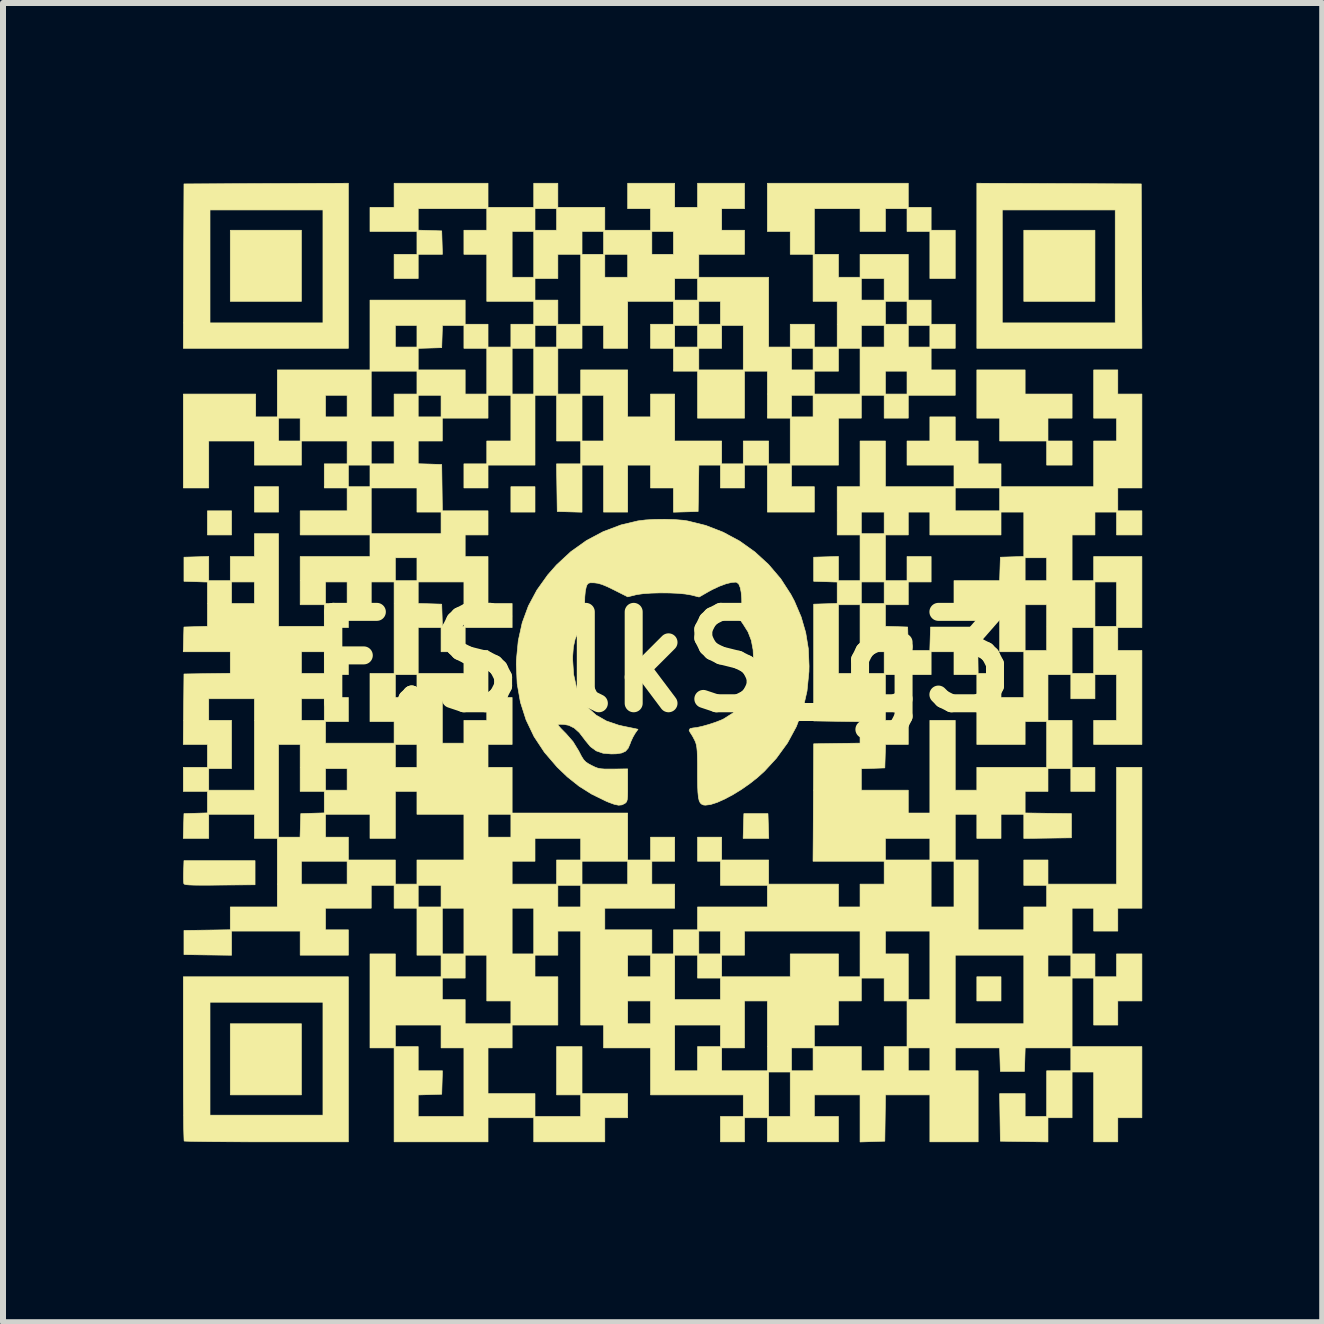
<source format=kicad_pcb>
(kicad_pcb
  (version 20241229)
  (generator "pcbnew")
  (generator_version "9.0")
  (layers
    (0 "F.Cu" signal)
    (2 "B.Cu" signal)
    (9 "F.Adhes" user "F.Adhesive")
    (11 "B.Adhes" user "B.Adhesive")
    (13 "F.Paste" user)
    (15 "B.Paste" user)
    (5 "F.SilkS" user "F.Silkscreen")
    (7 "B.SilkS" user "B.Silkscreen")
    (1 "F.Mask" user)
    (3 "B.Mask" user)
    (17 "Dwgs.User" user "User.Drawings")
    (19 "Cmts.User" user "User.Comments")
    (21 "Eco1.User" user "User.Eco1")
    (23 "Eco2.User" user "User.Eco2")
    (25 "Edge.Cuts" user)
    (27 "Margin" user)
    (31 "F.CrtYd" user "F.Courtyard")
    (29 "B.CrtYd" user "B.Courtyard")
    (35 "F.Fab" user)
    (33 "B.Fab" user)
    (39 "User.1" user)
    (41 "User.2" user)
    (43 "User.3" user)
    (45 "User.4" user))
  (footprint "F.SilkS_g3"
    (layer "F.Cu")
    (at 7.986 7.985)
    (property "Reference" "F.SilkS_g3" (at 0 0 0) (layer "F.SilkS") (effects (font (size 1.524 1.524) (thickness 0.3))))
    (attr through_hole)
    (fp_poly (pts (xy -7.176 -2.117) (xy -7.578 -2.117) (xy -7.578 -2.519) (xy -7.176 -2.519) (xy -7.176 -2.117)) (stroke (width 0.01) (type solid)) (fill yes) (layer "F.SilkS"))
    (fp_poly (pts (xy -6.392 -2.498) (xy -6.795 -2.498) (xy -6.795 -2.921) (xy -6.392 -2.921) (xy -6.392 -2.498)) (stroke (width 0.01) (type solid)) (fill yes) (layer "F.SilkS"))
    (fp_poly (pts (xy -6.011 -6.011) (xy -7.197 -6.011) (xy -7.197 -7.197) (xy -6.011 -7.197) (xy -6.011 -6.011)) (stroke (width 0.01) (type solid)) (fill yes) (layer "F.SilkS"))
    (fp_poly (pts (xy -6.011 7.218) (xy -7.197 7.218) (xy -7.197 6.032) (xy -6.011 6.032) (xy -6.011 7.218)) (stroke (width 0.01) (type solid)) (fill yes) (layer "F.SilkS"))
    (fp_poly (pts (xy -2.117 -2.498) (xy -2.519 -2.498) (xy -2.519 -2.921) (xy -2.117 -2.921) (xy -2.117 -2.498)) (stroke (width 0.01) (type solid)) (fill yes) (layer "F.SilkS"))
    (fp_poly (pts (xy 1.78 2.942) (xy 1.353 2.942) (xy 1.365 2.529) (xy 1.767 2.529) (xy 1.78 2.942)) (stroke (width 0.01) (type solid)) (fill yes) (layer "F.SilkS"))
    (fp_poly (pts (xy 5.652 5.652) (xy 5.249 5.652) (xy 5.249 5.249) (xy 5.652 5.249) (xy 5.652 5.652)) (stroke (width 0.01) (type solid)) (fill yes) (layer "F.SilkS"))
    (fp_poly (pts (xy 7.218 -6.011) (xy 6.032 -6.011) (xy 6.032 -7.197) (xy 7.218 -7.197) (xy 7.218 -6.011)) (stroke (width 0.01) (type solid)) (fill yes) (layer "F.SilkS"))
    (fp_poly (pts (xy 7.99 -7.969) (xy 7.996 -6.599) (xy 8.001 -5.228) (xy 5.249 -5.228) (xy 5.249 -7.535) (xy 5.673 -7.535) (xy 5.673 -5.652) (xy 7.556 -5.652) (xy 7.556 -7.535) (xy 5.673 -7.535) (xy 5.249 -7.535) (xy 5.249 -7.98) (xy 7.99 -7.969)) (stroke (width 0.01) (type solid)) (fill yes) (layer "F.SilkS"))
    (fp_poly (pts (xy -5.228 -5.228) (xy -7.98 -5.228) (xy -7.975 -6.599) (xy -7.971 -7.535) (xy -7.535 -7.535) (xy -7.535 -5.652) (xy -5.652 -5.652) (xy -5.652 -7.535) (xy -7.535 -7.535) (xy -7.971 -7.535) (xy -7.969 -7.969) (xy -6.599 -7.975) (xy -5.228 -7.98) (xy -5.228 -5.228)) (stroke (width 0.01) (type solid)) (fill yes) (layer "F.SilkS"))
    (fp_poly (pts (xy 6.054 -4.466) (xy 6.837 -4.466) (xy 6.837 -4.064) (xy 6.435 -4.064) (xy 6.435 -3.683) (xy 6.837 -3.683) (xy 6.837 -3.281) (xy 6.413 -3.281) (xy 6.413 -3.683) (xy 5.63 -3.683) (xy 5.63 -4.064) (xy 5.249 -4.064) (xy 5.249 -4.868) (xy 6.054 -4.868) (xy 6.054 -4.466)) (stroke (width 0.01) (type solid)) (fill yes) (layer "F.SilkS"))
    (fp_poly (pts (xy -6.784 3.715) (xy -7.372 3.72) (xy -7.55 3.722) (xy -7.691 3.722) (xy -7.798 3.721) (xy -7.875 3.718) (xy -7.926 3.714) (xy -7.956 3.708) (xy -7.97 3.699) (xy -7.971 3.697) (xy -7.975 3.664) (xy -7.977 3.6) (xy -7.976 3.518) (xy -7.975 3.491) (xy -7.969 3.313) (xy -6.784 3.313) (xy -6.784 3.715)) (stroke (width 0.01) (type solid)) (fill yes) (layer "F.SilkS"))
    (fp_poly (pts (xy -5.228 8.001) (xy -6.59 8.001) (xy -6.826 8.001) (xy -7.05 8) (xy -7.257 7.999) (xy -7.445 7.998) (xy -7.61 7.996) (xy -7.747 7.994) (xy -7.854 7.992) (xy -7.928 7.99) (xy -7.963 7.988) (xy -7.966 7.987) (xy -7.968 7.964) (xy -7.97 7.902) (xy -7.973 7.805) (xy -7.975 7.676) (xy -7.976 7.52) (xy -7.978 7.339) (xy -7.979 7.137) (xy -7.979 6.918) (xy -7.98 6.685) (xy -7.98 6.611) (xy -7.98 5.673) (xy -7.535 5.673) (xy -7.535 7.556) (xy -5.652 7.556) (xy -5.652 5.673) (xy -7.535 5.673) (xy -7.98 5.673) (xy -7.98 5.249) (xy -5.228 5.249) (xy -5.228 8.001)) (stroke (width 0.01) (type solid)) (fill yes) (layer "F.SilkS"))
    (fp_poly (pts (xy 0.212 -2.373) (xy 0.357 -2.361) (xy 0.423 -2.351) (xy 0.728 -2.276) (xy 1.019 -2.163) (xy 1.294 -2.015) (xy 1.548 -1.834) (xy 1.777 -1.624) (xy 1.979 -1.387) (xy 2.148 -1.126) (xy 2.208 -1.013) (xy 2.32 -0.75) (xy 2.396 -0.489) (xy 2.44 -0.219) (xy 2.452 0.069) (xy 2.45 0.163) (xy 2.418 0.485) (xy 2.349 0.79) (xy 2.24 1.078) (xy 2.093 1.35) (xy 1.906 1.607) (xy 1.71 1.82) (xy 1.592 1.927) (xy 1.46 2.031) (xy 1.321 2.128) (xy 1.181 2.214) (xy 1.045 2.286) (xy 0.92 2.342) (xy 0.811 2.377) (xy 0.725 2.388) (xy 0.693 2.385) (xy 0.662 2.372) (xy 0.638 2.35) (xy 0.62 2.313) (xy 0.607 2.256) (xy 0.599 2.173) (xy 0.594 2.061) (xy 0.592 1.913) (xy 0.592 1.835) (xy 0.592 1.687) (xy 0.59 1.574) (xy 0.587 1.49) (xy 0.581 1.429) (xy 0.573 1.382) (xy 0.562 1.344) (xy 0.549 1.313) (xy 0.516 1.249) (xy 0.484 1.196) (xy 0.473 1.182) (xy 0.452 1.14) (xy 0.469 1.111) (xy 0.516 1.101) (xy 0.584 1.093) (xy 0.677 1.072) (xy 0.784 1.042) (xy 0.893 1.006) (xy 0.99 0.968) (xy 1.028 0.95) (xy 1.184 0.851) (xy 1.312 0.72) (xy 1.41 0.56) (xy 1.479 0.372) (xy 1.518 0.156) (xy 1.527 -0.016) (xy 1.519 -0.202) (xy 1.489 -0.36) (xy 1.435 -0.5) (xy 1.352 -0.632) (xy 1.339 -0.65) (xy 1.306 -0.7) (xy 1.298 -0.74) (xy 1.31 -0.786) (xy 1.324 -0.857) (xy 1.331 -0.953) (xy 1.329 -1.06) (xy 1.32 -1.161) (xy 1.305 -1.238) (xy 1.279 -1.3) (xy 1.244 -1.327) (xy 1.232 -1.33) (xy 1.164 -1.326) (xy 1.069 -1.303) (xy 0.96 -1.263) (xy 0.844 -1.209) (xy 0.781 -1.175) (xy 0.619 -1.082) (xy 0.484 -1.116) (xy 0.389 -1.132) (xy 0.264 -1.144) (xy 0.12 -1.15) (xy -0.032 -1.151) (xy -0.18 -1.147) (xy -0.311 -1.138) (xy -0.416 -1.123) (xy -0.439 -1.118) (xy -0.571 -1.085) (xy -0.799 -1.2) (xy -0.912 -1.255) (xy -0.999 -1.291) (xy -1.068 -1.311) (xy -1.129 -1.319) (xy -1.132 -1.319) (xy -1.195 -1.32) (xy -1.23 -1.31) (xy -1.25 -1.284) (xy -1.263 -1.249) (xy -1.278 -1.179) (xy -1.287 -1.082) (xy -1.289 -0.976) (xy -1.285 -0.875) (xy -1.274 -0.796) (xy -1.271 -0.787) (xy -1.262 -0.743) (xy -1.269 -0.705) (xy -1.295 -0.657) (xy -1.325 -0.613) (xy -1.398 -0.497) (xy -1.448 -0.38) (xy -1.477 -0.249) (xy -1.489 -0.095) (xy -1.489 -0.032) (xy -1.473 0.209) (xy -1.426 0.422) (xy -1.348 0.606) (xy -1.238 0.761) (xy -1.098 0.887) (xy -0.926 0.985) (xy -0.723 1.054) (xy -0.654 1.07) (xy -0.571 1.087) (xy -0.498 1.102) (xy -0.451 1.112) (xy -0.449 1.112) (xy -0.4 1.123) (xy -0.448 1.191) (xy -0.484 1.253) (xy -0.52 1.331) (xy -0.532 1.365) (xy -0.564 1.439) (xy -0.608 1.489) (xy -0.672 1.518) (xy -0.763 1.532) (xy -0.847 1.534) (xy -0.983 1.522) (xy -1.096 1.483) (xy -1.193 1.412) (xy -1.283 1.303) (xy -1.291 1.291) (xy -1.378 1.178) (xy -1.463 1.102) (xy -1.553 1.057) (xy -1.631 1.042) (xy -1.691 1.039) (xy -1.729 1.042) (xy -1.736 1.047) (xy -1.721 1.068) (xy -1.684 1.11) (xy -1.629 1.166) (xy -1.602 1.193) (xy -1.483 1.329) (xy -1.388 1.484) (xy -1.384 1.492) (xy -1.341 1.575) (xy -1.306 1.63) (xy -1.27 1.668) (xy -1.222 1.7) (xy -1.175 1.725) (xy -1.118 1.753) (xy -1.07 1.771) (xy -1.018 1.781) (xy -0.953 1.786) (xy -0.862 1.786) (xy -0.811 1.786) (xy -0.572 1.783) (xy -0.572 2.055) (xy -0.572 2.167) (xy -0.574 2.244) (xy -0.579 2.295) (xy -0.588 2.326) (xy -0.602 2.346) (xy -0.619 2.359) (xy -0.667 2.383) (xy -0.723 2.389) (xy -0.795 2.374) (xy -0.891 2.339) (xy -0.935 2.32) (xy -1.172 2.204) (xy -1.382 2.072) (xy -1.579 1.915) (xy -1.748 1.753) (xy -1.96 1.506) (xy -2.133 1.244) (xy -2.266 0.966) (xy -2.36 0.672) (xy -2.414 0.364) (xy -2.429 0.04) (xy -2.427 -0.032) (xy -2.396 -0.353) (xy -2.33 -0.653) (xy -2.227 -0.933) (xy -2.085 -1.198) (xy -1.905 -1.45) (xy -1.759 -1.616) (xy -1.521 -1.837) (xy -1.26 -2.023) (xy -0.98 -2.172) (xy -0.683 -2.284) (xy -0.402 -2.351) (xy -0.274 -2.367) (xy -0.118 -2.376) (xy 0.049 -2.378) (xy 0.212 -2.373)) (stroke (width 0.01) (type solid)) (fill yes) (layer "F.SilkS"))
    (fp_poly (pts (xy -2.9 -7.578) (xy -2.138 -7.578) (xy -2.138 -7.98) (xy -1.736 -7.98) (xy -1.736 -7.578) (xy -0.953 -7.578) (xy -0.953 -7.197) (xy -0.191 -7.197) (xy -0.191 -7.556) (xy -0.572 -7.556) (xy -0.572 -7.98) (xy 0.212 -7.98) (xy 0.212 -7.578) (xy 0.593 -7.578) (xy 0.593 -7.98) (xy 1.376 -7.98) (xy 1.376 -7.556) (xy 0.995 -7.556) (xy 0.995 -7.197) (xy 1.376 -7.197) (xy 1.376 -6.795) (xy 0.614 -6.795) (xy 0.614 -6.413) (xy 1.778 -6.413) (xy 1.778 -5.249) (xy 2.138 -5.249) (xy 2.138 -5.63) (xy 2.54 -5.63) (xy 2.54 -5.249) (xy 2.921 -5.249) (xy 2.921 -5.609) (xy 3.323 -5.609) (xy 3.323 -5.249) (xy 3.704 -5.249) (xy 3.704 -5.609) (xy 4.106 -5.609) (xy 4.106 -5.249) (xy 4.466 -5.249) (xy 4.466 -5.609) (xy 4.106 -5.609) (xy 3.704 -5.609) (xy 3.323 -5.609) (xy 2.921 -5.609) (xy 2.921 -6.011) (xy 3.725 -6.011) (xy 3.725 -5.63) (xy 4.085 -5.63) (xy 4.085 -6.011) (xy 3.725 -6.011) (xy 2.921 -6.011) (xy 2.519 -6.011) (xy 2.519 -6.392) (xy 3.323 -6.392) (xy 3.323 -6.032) (xy 3.704 -6.032) (xy 3.704 -6.392) (xy 3.323 -6.392) (xy 2.519 -6.392) (xy 2.519 -6.795) (xy 2.138 -6.795) (xy 2.138 -7.176) (xy 1.757 -7.176) (xy 1.757 -7.98) (xy 4.106 -7.98) (xy 4.106 -7.578) (xy 4.487 -7.578) (xy 4.487 -7.197) (xy 4.889 -7.197) (xy 4.889 -6.392) (xy 4.466 -6.392) (xy 4.466 -7.176) (xy 4.085 -7.176) (xy 4.085 -7.556) (xy 3.725 -7.556) (xy 3.725 -7.176) (xy 3.302 -7.176) (xy 3.302 -7.556) (xy 2.54 -7.556) (xy 2.54 -6.795) (xy 2.942 -6.795) (xy 2.942 -6.413) (xy 3.302 -6.413) (xy 3.302 -6.795) (xy 4.106 -6.795) (xy 4.106 -6.032) (xy 4.487 -6.032) (xy 4.487 -5.63) (xy 4.889 -5.63) (xy 4.889 -5.228) (xy 4.487 -5.228) (xy 4.487 -4.868) (xy 4.889 -4.868) (xy 4.889 -4.445) (xy 4.106 -4.445) (xy 4.106 -4.064) (xy 3.704 -4.064) (xy 3.704 -4.445) (xy 3.323 -4.445) (xy 3.323 -4.064) (xy 2.942 -4.064) (xy 2.942 -3.281) (xy 2.159 -3.281) (xy 2.159 -2.921) (xy 2.54 -2.921) (xy 2.54 -2.498) (xy 1.757 -2.498) (xy 1.757 -3.281) (xy 1.376 -3.281) (xy 1.376 -2.9) (xy 0.974 -2.9) (xy 0.974 -3.281) (xy 0.615 -3.281) (xy 0.609 -2.895) (xy 0.603 -2.508) (xy 0.191 -2.496) (xy 0.191 -2.9) (xy -0.191 -2.9) (xy -0.191 -3.281) (xy -0.572 -3.281) (xy -0.572 -2.498) (xy -0.974 -2.498) (xy -0.974 -3.281) (xy -1.333 -3.281) (xy -1.333 -2.496) (xy -1.746 -2.508) (xy -1.758 -3.302) (xy -1.355 -3.302) (xy -1.355 -3.683) (xy -1.757 -3.683) (xy -1.757 -4.445) (xy -1.333 -4.445) (xy -1.333 -3.683) (xy -0.974 -3.683) (xy -0.974 -4.445) (xy -1.333 -4.445) (xy -1.757 -4.445) (xy -2.117 -4.445) (xy -2.117 -3.281) (xy -2.9 -3.281) (xy -2.9 -2.9) (xy -3.302 -2.9) (xy -3.302 -3.302) (xy -2.921 -3.302) (xy -2.921 -3.683) (xy -2.519 -3.683) (xy -2.519 -4.445) (xy -2.9 -4.445) (xy -2.9 -4.064) (xy -3.662 -4.064) (xy -3.662 -3.683) (xy -4.064 -3.683) (xy -4.064 -3.304) (xy -3.868 -3.298) (xy -3.672 -3.291) (xy -3.661 -2.519) (xy -2.9 -2.519) (xy -2.9 -2.117) (xy -3.281 -2.117) (xy -3.281 -1.757) (xy -2.9 -1.757) (xy -2.9 -0.974) (xy -2.498 -0.974) (xy -2.498 -0.572) (xy -3.281 -0.572) (xy -3.281 -0.191) (xy -2.9 -0.191) (xy -2.9 0.593) (xy -2.498 0.593) (xy -2.498 1.376) (xy -2.9 1.376) (xy -2.9 1.757) (xy -2.498 1.757) (xy -2.498 2.519) (xy -0.572 2.519) (xy -0.572 3.302) (xy -0.191 3.302) (xy -0.191 2.921) (xy 0.212 2.921) (xy 0.212 3.323) (xy -0.169 3.323) (xy -0.169 3.704) (xy 0.212 3.704) (xy 0.212 4.106) (xy -0.953 4.106) (xy -0.953 4.466) (xy -0.169 4.466) (xy -0.169 4.868) (xy 0.191 4.868) (xy 0.191 4.487) (xy 0.614 4.487) (xy 0.614 4.868) (xy 0.974 4.868) (xy 0.974 4.487) (xy 0.614 4.487) (xy 0.191 4.487) (xy 0.191 4.466) (xy 0.593 4.466) (xy 0.593 4.085) (xy 1.757 4.085) (xy 1.757 3.725) (xy 0.974 3.725) (xy 0.974 3.323) (xy 0.593 3.323) (xy 0.593 2.921) (xy 0.995 2.921) (xy 0.995 3.302) (xy 1.778 3.302) (xy 1.778 3.704) (xy 2.942 3.704) (xy 2.942 4.085) (xy 3.302 4.085) (xy 3.302 3.704) (xy 3.704 3.704) (xy 3.704 3.323) (xy 4.487 3.323) (xy 4.487 4.085) (xy 4.868 4.085) (xy 4.868 3.323) (xy 4.487 3.323) (xy 3.704 3.323) (xy 2.518 3.323) (xy 2.521 2.942) (xy 3.725 2.942) (xy 3.725 3.302) (xy 4.466 3.302) (xy 4.466 2.942) (xy 3.725 2.942) (xy 2.521 2.942) (xy 2.524 2.344) (xy 2.527 1.78) (xy 3.323 1.78) (xy 3.323 2.138) (xy 4.106 2.138) (xy 4.106 2.519) (xy 4.466 2.519) (xy 4.466 0.974) (xy 4.889 0.974) (xy 4.889 2.138) (xy 5.249 2.138) (xy 5.249 1.757) (xy 6.413 1.757) (xy 6.413 0.995) (xy 6.054 0.995) (xy 6.054 1.376) (xy 5.249 1.376) (xy 5.249 0.212) (xy 4.868 0.212) (xy 4.868 -0.169) (xy 4.487 -0.169) (xy 4.487 0.212) (xy 3.725 0.212) (xy 3.725 0.974) (xy 4.106 0.974) (xy 4.106 1.376) (xy 3.727 1.376) (xy 3.715 1.767) (xy 3.519 1.774) (xy 3.323 1.78) (xy 2.527 1.78) (xy 2.529 1.365) (xy 2.916 1.359) (xy 3.302 1.354) (xy 3.302 0.996) (xy 2.916 0.99) (xy 2.529 0.984) (xy 2.529 -0.953) (xy 2.942 -0.953) (xy 2.942 0.191) (xy 3.704 0.191) (xy 3.704 -0.169) (xy 3.302 -0.169) (xy 3.302 -0.953) (xy 2.942 -0.953) (xy 2.529 -0.953) (xy 2.529 -0.963) (xy 2.725 -0.969) (xy 2.921 -0.975) (xy 2.921 -1.332) (xy 2.87 -1.333) (xy 3.323 -1.333) (xy 3.323 -0.974) (xy 3.704 -0.974) (xy 3.704 -1.333) (xy 3.323 -1.333) (xy 2.87 -1.333) (xy 2.725 -1.338) (xy 2.529 -1.344) (xy 2.529 -1.746) (xy 2.942 -1.758) (xy 2.942 -1.355) (xy 3.302 -1.355) (xy 3.302 -2.117) (xy 3.725 -2.117) (xy 3.725 -1.355) (xy 4.085 -1.355) (xy 4.085 -1.757) (xy 4.487 -1.757) (xy 4.487 -1.333) (xy 4.106 -1.333) (xy 4.106 -0.953) (xy 3.725 -0.953) (xy 3.725 -0.594) (xy 3.911 -0.588) (xy 4.096 -0.582) (xy 4.102 -0.386) (xy 4.108 -0.191) (xy 4.465 -0.191) (xy 4.471 -0.386) (xy 4.477 -0.582) (xy 5.26 -0.582) (xy 5.266 -0.196) (xy 5.271 0.191) (xy 5.652 0.191) (xy 5.652 0.593) (xy 6.032 0.593) (xy 6.032 -0.169) (xy 5.63 -0.169) (xy 5.63 -0.953) (xy 6.054 -0.953) (xy 6.054 -0.191) (xy 6.413 -0.191) (xy 6.413 -0.572) (xy 6.837 -0.572) (xy 6.837 0.191) (xy 7.197 0.191) (xy 7.197 -0.572) (xy 6.837 -0.572) (xy 6.413 -0.572) (xy 6.413 -0.953) (xy 6.054 -0.953) (xy 5.63 -0.953) (xy 4.868 -0.953) (xy 4.868 -1.333) (xy 7.218 -1.333) (xy 7.218 -0.593) (xy 7.578 -0.593) (xy 7.578 -1.333) (xy 7.218 -1.333) (xy 4.868 -1.333) (xy 4.868 -1.355) (xy 5.629 -1.355) (xy 5.635 -1.55) (xy 5.641 -1.736) (xy 6.054 -1.736) (xy 6.054 -1.355) (xy 6.413 -1.355) (xy 6.413 -1.736) (xy 6.054 -1.736) (xy 5.641 -1.736) (xy 5.641 -1.746) (xy 5.837 -1.752) (xy 6.032 -1.758) (xy 6.032 -2.498) (xy 5.652 -2.498) (xy 5.652 -2.117) (xy 4.466 -2.117) (xy 4.466 -2.498) (xy 4.106 -2.498) (xy 4.106 -2.117) (xy 3.725 -2.117) (xy 3.302 -2.117) (xy 2.921 -2.117) (xy 2.921 -2.498) (xy 3.323 -2.498) (xy 3.323 -2.138) (xy 3.704 -2.138) (xy 3.704 -2.498) (xy 3.323 -2.498) (xy 2.921 -2.498) (xy 2.921 -2.9) (xy 4.889 -2.9) (xy 4.889 -2.519) (xy 5.63 -2.519) (xy 5.63 -2.9) (xy 4.889 -2.9) (xy 2.921 -2.9) (xy 2.921 -2.921) (xy 3.302 -2.921) (xy 3.302 -3.683) (xy 3.725 -3.683) (xy 3.725 -2.921) (xy 4.868 -2.921) (xy 4.868 -3.281) (xy 4.085 -3.281) (xy 4.085 -3.683) (xy 4.466 -3.683) (xy 4.466 -4.085) (xy 4.889 -4.085) (xy 4.889 -3.683) (xy 5.271 -3.683) (xy 5.271 -3.302) (xy 5.652 -3.302) (xy 5.652 -2.921) (xy 7.197 -2.921) (xy 7.197 -3.683) (xy 7.578 -3.683) (xy 7.578 -4.064) (xy 7.197 -4.064) (xy 7.197 -4.868) (xy 7.599 -4.868) (xy 7.599 -4.466) (xy 8.001 -4.466) (xy 8.001 -2.9) (xy 7.599 -2.9) (xy 7.599 -2.519) (xy 8.001 -2.519) (xy 8.001 -2.117) (xy 7.578 -2.117) (xy 7.578 -2.498) (xy 7.218 -2.498) (xy 7.218 -2.117) (xy 6.837 -2.117) (xy 6.837 -1.355) (xy 7.197 -1.355) (xy 7.197 -1.757) (xy 8.001 -1.757) (xy 8.001 -0.572) (xy 7.599 -0.572) (xy 7.599 -0.191) (xy 8.001 -0.191) (xy 8.001 1.376) (xy 7.197 1.376) (xy 7.197 0.974) (xy 7.578 0.974) (xy 7.578 0.212) (xy 7.218 0.212) (xy 7.218 0.614) (xy 6.816 0.614) (xy 6.816 0.212) (xy 6.435 0.212) (xy 6.435 0.974) (xy 6.837 0.974) (xy 6.837 1.757) (xy 7.218 1.757) (xy 7.218 2.159) (xy 6.816 2.159) (xy 6.816 1.778) (xy 6.435 1.778) (xy 6.435 2.159) (xy 6.054 2.159) (xy 6.054 2.518) (xy 6.44 2.524) (xy 6.826 2.529) (xy 6.826 2.932) (xy 6.032 2.943) (xy 6.032 2.54) (xy 5.652 2.54) (xy 5.652 2.942) (xy 5.249 2.942) (xy 5.249 2.54) (xy 4.889 2.54) (xy 4.889 3.302) (xy 5.271 3.302) (xy 5.271 4.466) (xy 6.032 4.466) (xy 6.032 4.085) (xy 6.413 4.085) (xy 6.413 3.725) (xy 6.032 3.725) (xy 6.032 3.302) (xy 6.435 3.302) (xy 6.435 3.704) (xy 7.578 3.704) (xy 7.578 1.757) (xy 8.001 1.757) (xy 8.001 4.106) (xy 7.599 4.106) (xy 7.599 4.487) (xy 7.197 4.487) (xy 7.197 4.106) (xy 6.837 4.106) (xy 6.837 4.868) (xy 7.218 4.868) (xy 7.218 5.249) (xy 7.578 5.249) (xy 7.578 4.868) (xy 8.001 4.868) (xy 8.001 5.652) (xy 7.599 5.652) (xy 7.599 6.054) (xy 7.197 6.054) (xy 7.197 5.271) (xy 6.837 5.271) (xy 6.837 6.413) (xy 8.001 6.413) (xy 8.001 7.599) (xy 7.599 7.599) (xy 7.599 8.001) (xy 7.197 8.001) (xy 7.197 6.837) (xy 6.837 6.837) (xy 6.837 7.599) (xy 6.435 7.599) (xy 6.435 8.002) (xy 6.038 7.996) (xy 5.641 7.99) (xy 5.629 7.197) (xy 6.054 7.197) (xy 6.054 7.578) (xy 6.413 7.578) (xy 6.413 6.816) (xy 6.816 6.816) (xy 6.816 6.435) (xy 6.055 6.435) (xy 6.049 6.63) (xy 6.043 6.826) (xy 5.641 6.826) (xy 5.635 6.63) (xy 5.629 6.435) (xy 4.889 6.435) (xy 4.889 6.816) (xy 5.271 6.816) (xy 5.271 8.001) (xy 4.466 8.001) (xy 4.466 7.218) (xy 3.726 7.218) (xy 3.715 7.99) (xy 3.302 8.003) (xy 3.302 7.218) (xy 2.54 7.218) (xy 2.54 7.578) (xy 2.942 7.578) (xy 2.942 8.001) (xy 1.757 8.001) (xy 1.757 7.599) (xy 1.376 7.599) (xy 1.376 8.001) (xy 0.974 8.001) (xy 0.974 7.578) (xy 1.355 7.578) (xy 1.355 7.218) (xy -0.191 7.218) (xy -0.191 6.837) (xy 1.778 6.837) (xy 1.778 7.578) (xy 2.138 7.578) (xy 2.138 6.837) (xy 1.778 6.837) (xy -0.191 6.837) (xy -0.191 6.435) (xy -0.974 6.435) (xy -0.974 6.054) (xy 0.212 6.054) (xy 0.212 6.816) (xy 0.593 6.816) (xy 0.593 6.435) (xy 0.995 6.435) (xy 0.995 6.816) (xy 1.757 6.816) (xy 1.757 6.435) (xy 2.159 6.435) (xy 2.159 6.816) (xy 2.519 6.816) (xy 2.519 6.435) (xy 2.159 6.435) (xy 1.757 6.435) (xy 1.757 6.054) (xy 2.54 6.054) (xy 2.54 6.413) (xy 3.323 6.413) (xy 3.323 6.816) (xy 3.704 6.816) (xy 3.704 6.435) (xy 4.106 6.435) (xy 4.106 6.816) (xy 4.466 6.816) (xy 4.466 6.435) (xy 4.106 6.435) (xy 3.704 6.435) (xy 3.704 6.413) (xy 4.085 6.413) (xy 4.085 5.652) (xy 3.704 5.652) (xy 3.704 5.271) (xy 3.323 5.271) (xy 3.323 5.652) (xy 2.942 5.652) (xy 2.942 6.054) (xy 2.54 6.054) (xy 1.757 6.054) (xy 1.757 5.652) (xy 1.376 5.652) (xy 1.376 6.435) (xy 0.995 6.435) (xy 0.593 6.435) (xy 0.593 6.413) (xy 0.974 6.413) (xy 0.974 6.054) (xy 0.212 6.054) (xy -0.974 6.054) (xy -1.355 6.054) (xy -1.355 5.652) (xy -0.572 5.652) (xy -0.572 6.032) (xy -0.191 6.032) (xy -0.191 5.652) (xy -0.572 5.652) (xy -1.355 5.652) (xy -1.355 4.889) (xy -0.572 4.889) (xy -0.572 5.249) (xy -0.191 5.249) (xy -0.191 4.889) (xy 0.212 4.889) (xy 0.212 5.63) (xy 0.974 5.63) (xy 0.974 5.271) (xy 0.593 5.271) (xy 0.593 4.889) (xy 0.995 4.889) (xy 0.995 5.249) (xy 2.138 5.249) (xy 2.138 4.868) (xy 2.942 4.868) (xy 2.942 5.249) (xy 3.302 5.249) (xy 3.302 4.487) (xy 3.725 4.487) (xy 3.725 4.868) (xy 4.106 4.868) (xy 4.106 5.63) (xy 4.466 5.63) (xy 4.466 4.889) (xy 4.889 4.889) (xy 4.889 6.032) (xy 6.032 6.032) (xy 6.032 4.889) (xy 6.435 4.889) (xy 6.435 5.249) (xy 6.816 5.249) (xy 6.816 4.889) (xy 6.435 4.889) (xy 6.032 4.889) (xy 4.889 4.889) (xy 4.466 4.889) (xy 4.466 4.487) (xy 3.725 4.487) (xy 3.302 4.487) (xy 1.376 4.487) (xy 1.376 4.889) (xy 0.995 4.889) (xy 0.593 4.889) (xy 0.212 4.889) (xy -0.191 4.889) (xy -0.572 4.889) (xy -1.355 4.889) (xy -1.355 4.487) (xy -1.736 4.487) (xy -1.736 4.889) (xy -2.117 4.889) (xy -2.117 5.249) (xy -1.736 5.249) (xy -1.736 6.054) (xy -2.498 6.054) (xy -2.498 6.435) (xy -2.9 6.435) (xy -2.9 7.197) (xy -2.117 7.197) (xy -2.117 7.578) (xy -1.355 7.578) (xy -1.355 7.218) (xy -1.757 7.218) (xy -1.757 6.413) (xy -1.333 6.413) (xy -1.333 7.197) (xy -0.572 7.197) (xy -0.572 7.599) (xy -0.953 7.599) (xy -0.953 8.001) (xy -2.138 8.001) (xy -2.138 7.599) (xy -2.9 7.599) (xy -2.9 8.001) (xy -4.466 8.001) (xy -4.466 6.435) (xy -4.868 6.435) (xy -4.868 6.054) (xy -4.445 6.054) (xy -4.445 6.413) (xy -4.064 6.413) (xy -4.064 6.816) (xy -3.66 6.816) (xy -3.666 7.011) (xy -3.672 7.207) (xy -3.868 7.213) (xy -4.064 7.219) (xy -4.064 7.578) (xy -3.302 7.578) (xy -3.302 6.435) (xy -3.683 6.435) (xy -3.683 6.054) (xy -4.445 6.054) (xy -4.868 6.054) (xy -4.868 5.271) (xy -3.662 5.271) (xy -3.662 5.63) (xy -3.281 5.63) (xy -3.281 6.032) (xy -2.519 6.032) (xy -2.519 5.652) (xy -2.921 5.652) (xy -2.921 4.889) (xy -3.281 4.889) (xy -3.281 5.271) (xy -3.662 5.271) (xy -4.868 5.271) (xy -4.868 4.868) (xy -4.445 4.868) (xy -4.445 5.249) (xy -3.683 5.249) (xy -3.683 4.889) (xy -4.085 4.889) (xy -4.085 4.106) (xy -3.662 4.106) (xy -3.662 4.868) (xy -3.302 4.868) (xy -3.302 4.106) (xy -2.498 4.106) (xy -2.498 4.868) (xy -2.138 4.868) (xy -2.138 4.106) (xy -2.498 4.106) (xy -3.302 4.106) (xy -3.662 4.106) (xy -4.085 4.106) (xy -4.466 4.106) (xy -4.466 3.725) (xy -4.064 3.725) (xy -4.064 4.085) (xy -3.683 4.085) (xy -3.683 3.725) (xy -1.736 3.725) (xy -1.736 4.085) (xy -1.355 4.085) (xy -1.355 3.725) (xy -1.736 3.725) (xy -3.683 3.725) (xy -4.064 3.725) (xy -4.466 3.725) (xy -4.847 3.725) (xy -4.847 4.106) (xy -5.609 4.106) (xy -5.609 4.466) (xy -5.228 4.466) (xy -5.228 4.889) (xy -6.032 4.889) (xy -6.032 4.487) (xy -7.176 4.487) (xy -7.176 4.89) (xy -7.572 4.885) (xy -7.969 4.879) (xy -7.969 4.477) (xy -7.583 4.471) (xy -7.197 4.465) (xy -7.197 4.085) (xy -6.413 4.085) (xy -6.413 3.323) (xy -6.011 3.323) (xy -6.011 3.704) (xy -5.249 3.704) (xy -5.249 3.323) (xy -6.011 3.323) (xy -6.413 3.323) (xy -6.413 2.942) (xy -6.795 2.942) (xy -6.795 2.54) (xy -7.556 2.54) (xy -7.556 2.942) (xy -7.981 2.942) (xy -7.969 2.529) (xy -7.773 2.523) (xy -7.578 2.517) (xy -7.578 2.159) (xy -7.98 2.159) (xy -7.98 1.757) (xy -7.578 1.757) (xy -7.578 1.376) (xy -7.981 1.376) (xy -7.975 0.788) (xy -7.973 0.614) (xy -7.556 0.614) (xy -7.556 0.974) (xy -7.176 0.974) (xy -7.176 1.778) (xy -7.556 1.778) (xy -7.556 2.138) (xy -6.795 2.138) (xy -6.795 1.376) (xy -6.392 1.376) (xy -6.392 2.921) (xy -6.034 2.921) (xy -6.028 2.725) (xy -6.022 2.54) (xy -5.609 2.54) (xy -5.609 2.921) (xy -5.228 2.921) (xy -5.228 3.302) (xy -4.445 3.302) (xy -4.445 3.704) (xy -4.085 3.704) (xy -4.085 3.323) (xy -2.498 3.323) (xy -2.498 3.704) (xy -1.757 3.704) (xy -1.757 3.323) (xy -1.333 3.323) (xy -1.333 3.704) (xy -0.572 3.704) (xy -0.572 3.323) (xy -1.333 3.323) (xy -1.757 3.323) (xy -1.757 3.302) (xy -1.355 3.302) (xy -1.355 2.942) (xy -2.117 2.942) (xy -2.117 3.323) (xy -2.498 3.323) (xy -4.085 3.323) (xy -4.085 3.302) (xy -3.302 3.302) (xy -3.302 2.54) (xy -2.9 2.54) (xy -2.9 2.921) (xy -2.519 2.921) (xy -2.519 2.54) (xy -2.9 2.54) (xy -3.302 2.54) (xy -4.085 2.54) (xy -4.085 2.159) (xy -4.445 2.159) (xy -4.445 2.942) (xy -4.868 2.942) (xy -4.868 2.54) (xy -5.609 2.54) (xy -6.022 2.54) (xy -6.022 2.529) (xy -5.63 2.517) (xy -5.63 2.159) (xy -6.032 2.159) (xy -6.032 1.778) (xy -5.609 1.778) (xy -5.609 2.138) (xy -5.249 2.138) (xy -5.249 1.778) (xy -5.609 1.778) (xy -6.032 1.778) (xy -6.032 1.376) (xy -4.445 1.376) (xy -4.445 1.757) (xy -4.085 1.757) (xy -4.085 1.376) (xy -4.445 1.376) (xy -6.032 1.376) (xy -6.392 1.376) (xy -6.795 1.376) (xy -6.795 0.614) (xy -6.011 0.614) (xy -6.011 0.974) (xy -5.63 0.974) (xy -5.63 0.614) (xy -6.011 0.614) (xy -6.795 0.614) (xy -7.556 0.614) (xy -7.973 0.614) (xy -7.969 0.201) (xy -7.583 0.195) (xy -7.197 0.19) (xy -7.197 -0.169) (xy -6.011 -0.169) (xy -6.011 0.191) (xy -5.63 0.191) (xy -5.63 -0.169) (xy -6.011 -0.169) (xy -7.197 -0.169) (xy -7.981 -0.169) (xy -7.97 -0.572) (xy -5.609 -0.572) (xy -5.609 -0.191) (xy -5.228 -0.191) (xy -5.228 0.212) (xy -5.609 0.212) (xy -5.609 0.593) (xy -5.228 0.593) (xy -5.228 0.995) (xy -5.609 0.995) (xy -5.609 1.355) (xy -4.466 1.355) (xy -4.466 0.995) (xy -4.868 0.995) (xy -4.868 0.614) (xy -3.662 0.614) (xy -3.662 1.355) (xy -3.302 1.355) (xy -3.302 0.974) (xy -2.921 0.974) (xy -2.921 0.614) (xy -3.662 0.614) (xy -4.868 0.614) (xy -4.868 0.212) (xy -4.445 0.212) (xy -4.445 0.593) (xy -4.085 0.593) (xy -4.085 0.212) (xy -4.445 0.212) (xy -4.868 0.212) (xy -4.868 0.191) (xy -4.466 0.191) (xy -4.466 -0.572) (xy -4.064 -0.572) (xy -4.064 0.191) (xy -3.302 0.191) (xy -3.302 -0.169) (xy -3.683 -0.169) (xy -3.683 -0.572) (xy -4.064 -0.572) (xy -4.466 -0.572) (xy -4.466 -1.333) (xy -4.064 -1.333) (xy -4.064 -0.975) (xy -3.868 -0.969) (xy -3.672 -0.963) (xy -3.66 -0.593) (xy -3.302 -0.593) (xy -3.302 -1.333) (xy -4.064 -1.333) (xy -4.466 -1.333) (xy -4.847 -1.333) (xy -4.847 -0.953) (xy -5.228 -0.953) (xy -5.228 -0.572) (xy -5.609 -0.572) (xy -7.97 -0.572) (xy -7.969 -0.582) (xy -7.773 -0.588) (xy -7.578 -0.594) (xy -7.578 -1.332) (xy -7.629 -1.333) (xy -7.176 -1.333) (xy -7.176 -0.974) (xy -6.795 -0.974) (xy -6.795 -1.333) (xy -7.176 -1.333) (xy -7.629 -1.333) (xy -7.773 -1.338) (xy -7.969 -1.344) (xy -7.969 -1.746) (xy -7.556 -1.758) (xy -7.556 -1.355) (xy -7.197 -1.355) (xy -7.197 -1.757) (xy -6.795 -1.757) (xy -6.795 -2.138) (xy -6.392 -2.138) (xy -6.392 -0.593) (xy -5.63 -0.593) (xy -5.63 -0.953) (xy -6.032 -0.953) (xy -6.032 -1.333) (xy -5.609 -1.333) (xy -5.609 -0.974) (xy -5.249 -0.974) (xy -5.249 -1.333) (xy -5.609 -1.333) (xy -6.032 -1.333) (xy -6.032 -1.736) (xy -4.445 -1.736) (xy -4.445 -1.355) (xy -4.085 -1.355) (xy -4.085 -1.736) (xy -4.445 -1.736) (xy -6.032 -1.736) (xy -6.032 -1.757) (xy -4.868 -1.757) (xy -4.868 -2.117) (xy -6.032 -2.117) (xy -6.032 -2.519) (xy -5.249 -2.519) (xy -5.249 -2.9) (xy -4.847 -2.9) (xy -4.847 -2.138) (xy -3.683 -2.138) (xy -3.683 -2.498) (xy -4.085 -2.498) (xy -4.085 -2.9) (xy -4.847 -2.9) (xy -5.249 -2.9) (xy -5.63 -2.9) (xy -5.63 -3.281) (xy -5.228 -3.281) (xy -5.228 -2.921) (xy -4.868 -2.921) (xy -4.868 -3.281) (xy -5.228 -3.281) (xy -5.63 -3.281) (xy -5.63 -3.302) (xy -5.249 -3.302) (xy -5.249 -3.683) (xy -4.847 -3.683) (xy -4.847 -3.302) (xy -4.466 -3.302) (xy -4.466 -3.683) (xy -4.847 -3.683) (xy -5.249 -3.683) (xy -6.011 -3.683) (xy -6.011 -3.281) (xy -6.795 -3.281) (xy -6.795 -3.683) (xy -7.556 -3.683) (xy -7.556 -2.9) (xy -7.98 -2.9) (xy -7.98 -4.064) (xy -6.392 -4.064) (xy -6.392 -3.683) (xy -6.032 -3.683) (xy -6.032 -4.064) (xy -6.392 -4.064) (xy -7.98 -4.064) (xy -7.98 -4.466) (xy -6.773 -4.466) (xy -6.773 -4.085) (xy -6.413 -4.085) (xy -6.413 -4.445) (xy -5.609 -4.445) (xy -5.609 -4.085) (xy -5.249 -4.085) (xy -5.249 -4.445) (xy -5.609 -4.445) (xy -6.413 -4.445) (xy -6.413 -4.847) (xy -4.847 -4.847) (xy -4.847 -4.085) (xy -4.466 -4.085) (xy -4.466 -4.445) (xy -4.064 -4.445) (xy -4.064 -4.085) (xy -3.683 -4.085) (xy -3.683 -4.445) (xy -4.064 -4.445) (xy -4.466 -4.445) (xy -4.466 -4.466) (xy -4.085 -4.466) (xy -4.085 -4.847) (xy -4.847 -4.847) (xy -6.413 -4.847) (xy -6.413 -4.868) (xy -4.868 -4.868) (xy -4.868 -5.227) (xy -4.064 -5.227) (xy -4.064 -4.868) (xy -3.281 -4.868) (xy -3.281 -4.466) (xy -2.921 -4.466) (xy -2.921 -5.228) (xy -2.498 -5.228) (xy -2.498 -4.466) (xy -2.138 -4.466) (xy -2.138 -5.228) (xy -1.736 -5.228) (xy -1.736 -4.466) (xy -1.355 -4.466) (xy -1.355 -4.868) (xy -0.572 -4.868) (xy -0.572 -4.085) (xy -0.191 -4.085) (xy -0.191 -4.466) (xy 0.212 -4.466) (xy 0.212 -3.683) (xy 0.995 -3.683) (xy 0.995 -3.302) (xy 1.355 -3.302) (xy 1.355 -3.683) (xy 1.778 -3.683) (xy 1.778 -3.302) (xy 2.138 -3.302) (xy 2.138 -4.064) (xy 1.757 -4.064) (xy 1.757 -4.445) (xy 2.159 -4.445) (xy 2.159 -4.085) (xy 2.519 -4.085) (xy 2.519 -4.445) (xy 2.159 -4.445) (xy 1.757 -4.445) (xy 1.757 -4.847) (xy 2.54 -4.847) (xy 2.54 -4.466) (xy 3.302 -4.466) (xy 3.302 -4.847) (xy 3.725 -4.847) (xy 3.725 -4.466) (xy 4.085 -4.466) (xy 4.085 -4.847) (xy 3.725 -4.847) (xy 3.302 -4.847) (xy 3.302 -5.228) (xy 2.942 -5.228) (xy 2.942 -4.847) (xy 2.54 -4.847) (xy 1.757 -4.847) (xy 1.376 -4.847) (xy 1.376 -4.064) (xy 0.593 -4.064) (xy 0.593 -4.847) (xy 0.191 -4.847) (xy 0.191 -5.228) (xy 0.614 -5.228) (xy 0.614 -4.868) (xy 1.355 -4.868) (xy 1.355 -5.228) (xy 2.159 -5.228) (xy 2.159 -4.868) (xy 2.519 -4.868) (xy 2.519 -5.228) (xy 2.159 -5.228) (xy 1.355 -5.228) (xy 1.355 -5.609) (xy 0.995 -5.609) (xy 0.995 -5.228) (xy 0.614 -5.228) (xy 0.191 -5.228) (xy -0.191 -5.228) (xy -0.191 -5.609) (xy 0.212 -5.609) (xy 0.212 -5.249) (xy 0.593 -5.249) (xy 0.593 -5.609) (xy 0.212 -5.609) (xy -0.191 -5.609) (xy -0.191 -5.63) (xy 0.191 -5.63) (xy 0.191 -6.011) (xy 0.614 -6.011) (xy 0.614 -5.63) (xy 0.974 -5.63) (xy 0.974 -6.011) (xy 0.614 -6.011) (xy 0.191 -6.011) (xy -0.572 -6.011) (xy -0.572 -5.228) (xy -0.974 -5.228) (xy -0.974 -5.609) (xy -1.333 -5.609) (xy -1.333 -5.228) (xy -1.736 -5.228) (xy -2.138 -5.228) (xy -2.498 -5.228) (xy -2.921 -5.228) (xy -3.302 -5.228) (xy -3.302 -5.609) (xy -3.66 -5.609) (xy -3.666 -5.424) (xy -3.672 -5.239) (xy -3.868 -5.233) (xy -4.064 -5.227) (xy -4.868 -5.227) (xy -4.868 -5.609) (xy -4.445 -5.609) (xy -4.445 -5.249) (xy -4.085 -5.249) (xy -4.085 -5.609) (xy -4.445 -5.609) (xy -4.868 -5.609) (xy -4.868 -6.032) (xy -3.281 -6.032) (xy -3.281 -5.63) (xy -2.9 -5.63) (xy -2.9 -5.249) (xy -2.519 -5.249) (xy -2.519 -5.609) (xy -2.117 -5.609) (xy -2.117 -5.249) (xy -1.757 -5.249) (xy -1.757 -5.609) (xy -2.117 -5.609) (xy -2.519 -5.609) (xy -2.519 -5.63) (xy -2.138 -5.63) (xy -2.138 -6.011) (xy -2.921 -6.011) (xy -2.921 -6.392) (xy -2.117 -6.392) (xy -2.117 -6.032) (xy -1.736 -6.032) (xy -1.736 -5.63) (xy -1.355 -5.63) (xy -1.355 -6.392) (xy 0.212 -6.392) (xy 0.212 -6.032) (xy 0.593 -6.032) (xy 0.593 -6.392) (xy 0.212 -6.392) (xy -1.355 -6.392) (xy -1.355 -6.795) (xy -1.736 -6.795) (xy -1.736 -6.392) (xy -2.117 -6.392) (xy -2.921 -6.392) (xy -2.921 -6.795) (xy -3.302 -6.795) (xy -3.302 -7.176) (xy -2.498 -7.176) (xy -2.498 -6.413) (xy -2.138 -6.413) (xy -2.138 -7.176) (xy -1.333 -7.176) (xy -1.333 -6.795) (xy -0.974 -6.795) (xy -0.953 -6.795) (xy -0.953 -6.413) (xy -0.572 -6.413) (xy -0.572 -6.795) (xy -0.953 -6.795) (xy -0.974 -6.795) (xy -0.974 -7.176) (xy -0.169 -7.176) (xy -0.169 -6.795) (xy 0.191 -6.795) (xy 0.191 -7.176) (xy -0.169 -7.176) (xy -0.974 -7.176) (xy -1.333 -7.176) (xy -2.138 -7.176) (xy -2.498 -7.176) (xy -3.302 -7.176) (xy -3.302 -7.197) (xy -2.921 -7.197) (xy -2.921 -7.556) (xy -2.117 -7.556) (xy -2.117 -7.197) (xy -1.757 -7.197) (xy -1.757 -7.556) (xy -2.117 -7.556) (xy -2.921 -7.556) (xy -4.064 -7.556) (xy -4.064 -7.198) (xy -3.868 -7.192) (xy -3.672 -7.186) (xy -3.666 -6.99) (xy -3.66 -6.795) (xy -4.064 -6.795) (xy -4.064 -6.392) (xy -4.466 -6.392) (xy -4.466 -6.795) (xy -4.085 -6.795) (xy -4.085 -7.176) (xy -4.868 -7.176) (xy -4.868 -7.578) (xy -4.466 -7.578) (xy -4.466 -7.98) (xy -2.9 -7.98) (xy -2.9 -7.578)) (stroke (width 0.01) (type solid)) (fill yes) (layer "F.SilkS")))
  (gr_rect
    (start -3 -3)
    (end 18.993 18.993)
    (stroke (width 0.1) (type default))
    (fill no)
    (layer "Edge.Cuts")))
</source>
